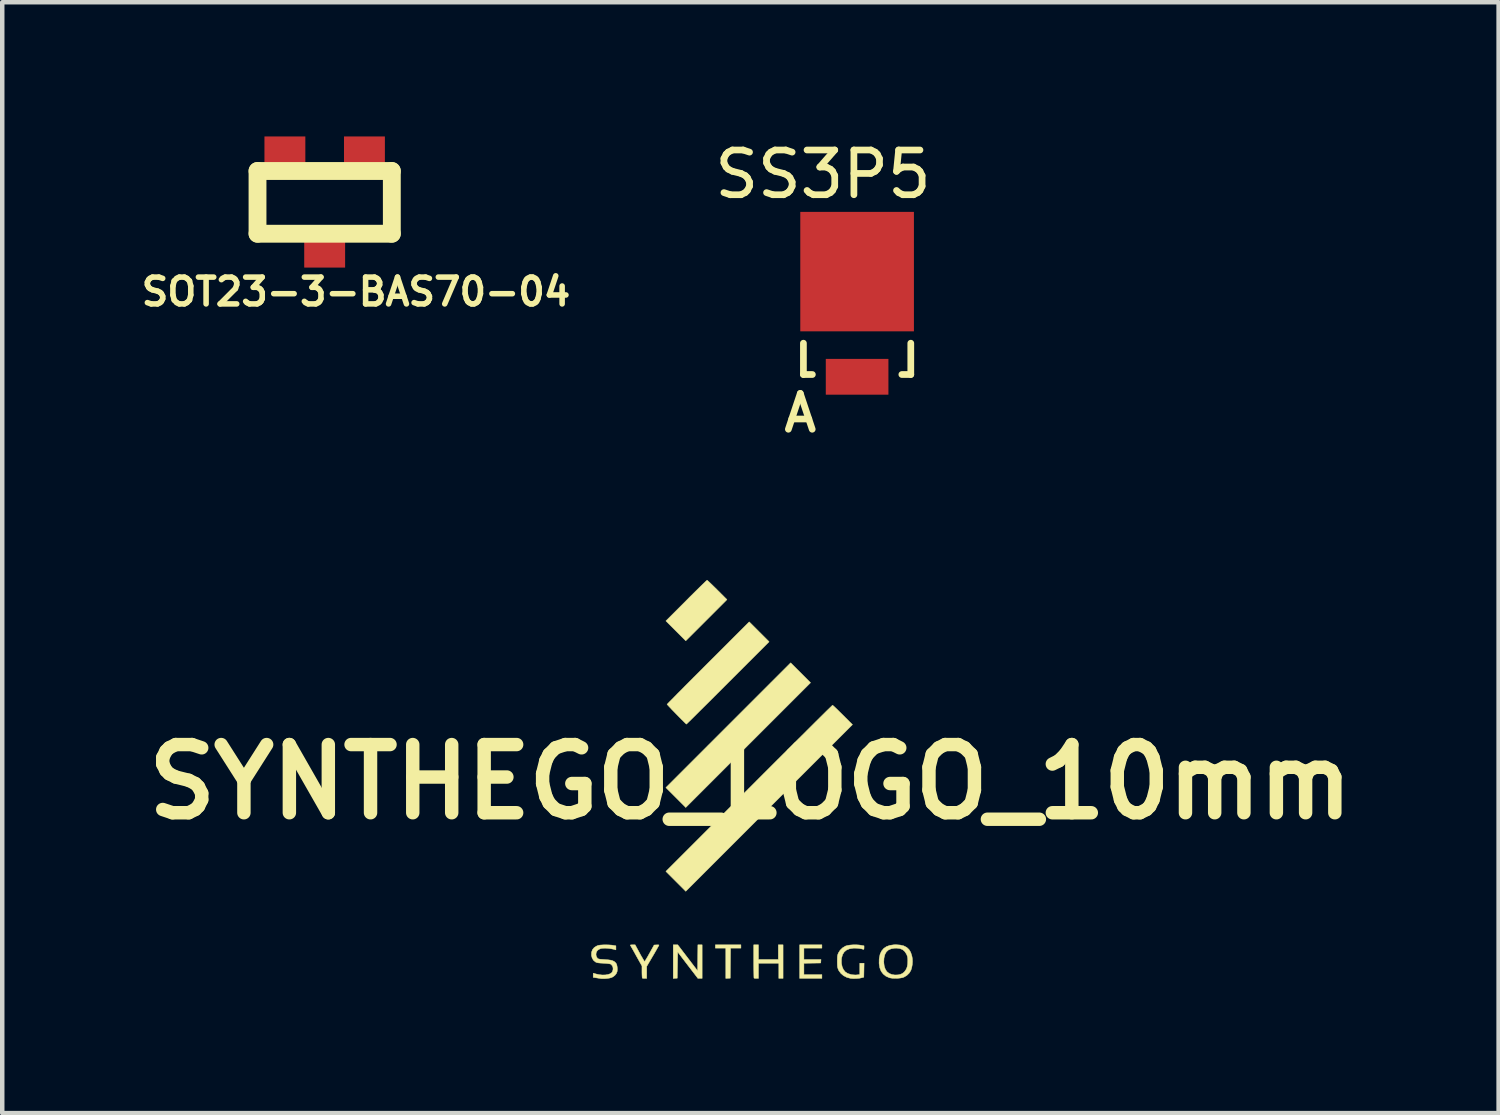
<source format=kicad_pcb>
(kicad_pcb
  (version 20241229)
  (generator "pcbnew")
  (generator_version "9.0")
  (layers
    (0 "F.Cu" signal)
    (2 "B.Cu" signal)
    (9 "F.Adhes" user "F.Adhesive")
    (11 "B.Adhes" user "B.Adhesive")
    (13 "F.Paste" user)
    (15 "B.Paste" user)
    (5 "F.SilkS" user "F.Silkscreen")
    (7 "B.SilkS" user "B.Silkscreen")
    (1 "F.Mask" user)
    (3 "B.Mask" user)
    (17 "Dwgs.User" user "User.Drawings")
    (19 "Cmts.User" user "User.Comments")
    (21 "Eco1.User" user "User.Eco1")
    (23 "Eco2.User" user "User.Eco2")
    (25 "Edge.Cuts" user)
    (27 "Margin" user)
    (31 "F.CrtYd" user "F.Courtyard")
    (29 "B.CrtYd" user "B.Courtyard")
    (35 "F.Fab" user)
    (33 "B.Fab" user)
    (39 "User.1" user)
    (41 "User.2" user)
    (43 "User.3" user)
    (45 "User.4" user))
  (footprint "SOT23-3-BAS70-04"
    (layer "F.Cu")
    (at 4.207 1.473)
    (property "Reference" "SOT23-3-BAS70-04" (at 0.701 1.999 0) (layer "F.SilkS") (effects (font (size 0.599 0.599) (thickness 0.124))))
    (attr through_hole)
    (fp_line (start -1.501 -0.701) (end 1.501 -0.701) (stroke (width 0.399) (type solid)) (layer "F.SilkS"))
    (fp_line (start -1.501 0.701) (end -1.501 -0.701) (stroke (width 0.399) (type solid)) (layer "F.SilkS"))
    (fp_line (start 1.501 -0.701) (end 1.501 0.701) (stroke (width 0.399) (type solid)) (layer "F.SilkS"))
    (fp_line (start 1.501 0.701) (end -1.501 0.701) (stroke (width 0.399) (type solid)) (layer "F.SilkS"))
    (pad "A1" smd rect (at 0.889 -1.016) (size 0.914 0.914) (layers "F.Cu" "F.Mask" "F.Paste"))
    (pad "COM" smd rect (at 0 1.001) (size 0.914 0.914) (layers "F.Cu" "F.Mask" "F.Paste"))
    (pad "K2" smd rect (at -0.889 -1.016) (size 0.914 0.914) (layers "F.Cu" "F.Mask" "F.Paste")))
  (footprint "SYNTHEGO_LOGO_10mm"
    (layer "F.Cu")
    (at 13.723 14.427)
    (property "Reference" "SYNTHEGO_LOGO_10mm" (at 0 0 0) (layer "F.SilkS") (effects (font (size 1.524 1.524) (thickness 0.3))))
    (attr through_hole)
    (fp_poly (pts (xy 1.344 -2.217) (xy -0.05 -0.823) (xy -1.445 0.572) (xy -1.667 0.349) (xy -1.889 0.127) (xy -0.495 -1.267) (xy 0.9 -2.662) (xy 1.344 -2.217)) (stroke (width 0.01) (type solid)) (fill yes) (layer "F.SilkS"))
    (fp_poly (pts (xy -0.212 3.715) (xy -0.444 3.715) (xy -0.45 4.387) (xy -0.5 4.39) (xy -0.55 4.393) (xy -0.55 3.715) (xy -0.783 3.715) (xy -0.783 3.641) (xy -0.212 3.641) (xy -0.212 3.715)) (stroke (width 0.01) (type solid)) (fill yes) (layer "F.SilkS"))
    (fp_poly (pts (xy 1.598 3.715) (xy 1.196 3.715) (xy 1.196 3.969) (xy 1.578 3.969) (xy 1.575 4.008) (xy 1.572 4.048) (xy 1.196 4.054) (xy 1.196 4.307) (xy 1.598 4.307) (xy 1.598 4.392) (xy 1.101 4.392) (xy 1.101 3.641) (xy 1.598 3.641) (xy 1.598 3.715)) (stroke (width 0.01) (type solid)) (fill yes) (layer "F.SilkS"))
    (fp_poly (pts (xy -1.079 4.392) (xy -1.173 4.392) (xy -1.399 4.097) (xy -1.625 3.801) (xy -1.63 4.094) (xy -1.635 4.387) (xy -1.68 4.39) (xy -1.725 4.393) (xy -1.725 3.641) (xy -1.675 3.641) (xy -1.625 3.641) (xy -1.402 3.933) (xy -1.18 4.224) (xy -1.174 3.641) (xy -1.079 3.641) (xy -1.079 4.392)) (stroke (width 0.01) (type solid)) (fill yes) (layer "F.SilkS"))
    (fp_poly (pts (xy -0.958 -4.501) (xy -0.936 -4.481) (xy -0.902 -4.449) (xy -0.859 -4.408) (xy -0.809 -4.359) (xy -0.754 -4.305) (xy -0.741 -4.292) (xy -0.524 -4.075) (xy -0.984 -3.614) (xy -1.445 -3.154) (xy -1.889 -3.598) (xy -1.434 -4.053) (xy -1.353 -4.135) (xy -1.276 -4.211) (xy -1.204 -4.282) (xy -1.14 -4.345) (xy -1.084 -4.4) (xy -1.037 -4.445) (xy -1.002 -4.479) (xy -0.978 -4.501) (xy -0.968 -4.508) (xy -0.968 -4.508) (xy -0.958 -4.501)) (stroke (width 0.01) (type solid)) (fill yes) (layer "F.SilkS"))
    (fp_poly (pts (xy 0.18 3.969) (xy 0.624 3.969) (xy 0.624 3.641) (xy 0.73 3.641) (xy 0.73 4.392) (xy 0.635 4.392) (xy 0.635 4.053) (xy 0.18 4.053) (xy 0.18 4.392) (xy 0.134 4.392) (xy 0.104 4.391) (xy 0.084 4.387) (xy 0.081 4.385) (xy 0.079 4.373) (xy 0.078 4.343) (xy 0.077 4.296) (xy 0.076 4.235) (xy 0.075 4.163) (xy 0.074 4.082) (xy 0.074 4.009) (xy 0.074 3.641) (xy 0.18 3.641) (xy 0.18 3.969)) (stroke (width 0.01) (type solid)) (fill yes) (layer "F.SilkS"))
    (fp_poly (pts (xy 1.846 -1.707) (xy 1.869 -1.687) (xy 1.903 -1.655) (xy 1.946 -1.614) (xy 1.995 -1.565) (xy 2.05 -1.511) (xy 2.064 -1.497) (xy 2.281 -1.28) (xy 0.418 0.582) (xy -1.445 2.445) (xy -1.889 2) (xy -0.032 0.143) (xy 0.134 -0.023) (xy 0.296 -0.185) (xy 0.453 -0.342) (xy 0.605 -0.494) (xy 0.752 -0.64) (xy 0.892 -0.779) (xy 1.025 -0.912) (xy 1.15 -1.036) (xy 1.266 -1.152) (xy 1.374 -1.259) (xy 1.472 -1.357) (xy 1.56 -1.444) (xy 1.637 -1.52) (xy 1.702 -1.585) (xy 1.756 -1.637) (xy 1.796 -1.676) (xy 1.823 -1.702) (xy 1.835 -1.714) (xy 1.836 -1.714) (xy 1.846 -1.707)) (stroke (width 0.01) (type solid)) (fill yes) (layer "F.SilkS"))
    (fp_poly (pts (xy 0.196 -3.355) (xy 0.418 -3.133) (xy -0.503 -2.212) (xy -0.619 -2.096) (xy -0.731 -1.984) (xy -0.838 -1.877) (xy -0.939 -1.776) (xy -1.033 -1.683) (xy -1.12 -1.597) (xy -1.197 -1.52) (xy -1.265 -1.452) (xy -1.323 -1.395) (xy -1.369 -1.35) (xy -1.403 -1.317) (xy -1.424 -1.297) (xy -1.43 -1.291) (xy -1.439 -1.298) (xy -1.461 -1.319) (xy -1.493 -1.351) (xy -1.535 -1.392) (xy -1.584 -1.442) (xy -1.637 -1.496) (xy -1.65 -1.509) (xy -1.704 -1.565) (xy -1.754 -1.616) (xy -1.796 -1.661) (xy -1.829 -1.696) (xy -1.852 -1.721) (xy -1.862 -1.733) (xy -1.863 -1.734) (xy -1.855 -1.742) (xy -1.834 -1.764) (xy -1.799 -1.8) (xy -1.752 -1.847) (xy -1.694 -1.906) (xy -1.626 -1.976) (xy -1.547 -2.054) (xy -1.461 -2.142) (xy -1.366 -2.237) (xy -1.265 -2.339) (xy -1.157 -2.446) (xy -1.045 -2.559) (xy -0.945 -2.659) (xy -0.026 -3.577) (xy 0.196 -3.355)) (stroke (width 0.01) (type solid)) (fill yes) (layer "F.SilkS"))
    (fp_poly (pts (xy -2.577 3.641) (xy -2.475 3.829) (xy -2.444 3.886) (xy -2.415 3.935) (xy -2.392 3.975) (xy -2.374 4.002) (xy -2.365 4.013) (xy -2.364 4.013) (xy -2.356 4.004) (xy -2.34 3.978) (xy -2.317 3.94) (xy -2.289 3.892) (xy -2.258 3.836) (xy -2.253 3.828) (xy -2.152 3.646) (xy -2.097 3.643) (xy -2.066 3.642) (xy -2.047 3.644) (xy -2.043 3.647) (xy -2.048 3.658) (xy -2.062 3.684) (xy -2.085 3.724) (xy -2.113 3.774) (xy -2.147 3.833) (xy -2.18 3.889) (xy -2.318 4.124) (xy -2.318 4.392) (xy -2.364 4.392) (xy -2.393 4.391) (xy -2.413 4.387) (xy -2.417 4.385) (xy -2.419 4.372) (xy -2.421 4.343) (xy -2.423 4.301) (xy -2.424 4.25) (xy -2.424 4.246) (xy -2.424 4.115) (xy -2.552 3.886) (xy -2.587 3.822) (xy -2.619 3.765) (xy -2.647 3.716) (xy -2.668 3.679) (xy -2.681 3.656) (xy -2.685 3.649) (xy -2.678 3.644) (xy -2.655 3.642) (xy -2.633 3.641) (xy -2.577 3.641)) (stroke (width 0.01) (type solid)) (fill yes) (layer "F.SilkS"))
    (fp_poly (pts (xy 2.427 3.645) (xy 2.467 3.651) (xy 2.54 3.664) (xy 2.54 3.706) (xy 2.538 3.734) (xy 2.532 3.744) (xy 2.525 3.743) (xy 2.482 3.731) (xy 2.426 3.722) (xy 2.365 3.717) (xy 2.307 3.716) (xy 2.298 3.717) (xy 2.217 3.73) (xy 2.15 3.757) (xy 2.098 3.8) (xy 2.061 3.858) (xy 2.04 3.93) (xy 2.035 3.965) (xy 2.035 4.052) (xy 2.05 4.129) (xy 2.078 4.194) (xy 2.119 4.246) (xy 2.172 4.281) (xy 2.172 4.281) (xy 2.259 4.309) (xy 2.348 4.316) (xy 2.387 4.313) (xy 2.445 4.306) (xy 2.445 4.053) (xy 2.541 4.053) (xy 2.538 4.209) (xy 2.535 4.365) (xy 2.492 4.377) (xy 2.436 4.389) (xy 2.368 4.395) (xy 2.3 4.396) (xy 2.241 4.392) (xy 2.157 4.37) (xy 2.083 4.332) (xy 2.022 4.28) (xy 1.976 4.217) (xy 1.967 4.199) (xy 1.957 4.172) (xy 1.949 4.146) (xy 1.945 4.116) (xy 1.943 4.075) (xy 1.942 4.019) (xy 1.942 4.011) (xy 1.943 3.953) (xy 1.944 3.911) (xy 1.948 3.88) (xy 1.955 3.854) (xy 1.965 3.828) (xy 1.967 3.823) (xy 2.006 3.762) (xy 2.06 3.709) (xy 2.126 3.669) (xy 2.126 3.669) (xy 2.168 3.657) (xy 2.226 3.647) (xy 2.292 3.642) (xy 2.361 3.641) (xy 2.427 3.645)) (stroke (width 0.01) (type solid)) (fill yes) (layer "F.SilkS"))
    (fp_poly (pts (xy 3.346 3.646) (xy 3.428 3.665) (xy 3.494 3.699) (xy 3.545 3.747) (xy 3.583 3.81) (xy 3.609 3.89) (xy 3.619 3.945) (xy 3.623 4.012) (xy 3.618 4.085) (xy 3.605 4.155) (xy 3.587 4.212) (xy 3.55 4.273) (xy 3.498 4.324) (xy 3.435 4.362) (xy 3.4 4.375) (xy 3.35 4.384) (xy 3.29 4.39) (xy 3.226 4.391) (xy 3.166 4.388) (xy 3.117 4.38) (xy 3.106 4.377) (xy 3.03 4.343) (xy 2.969 4.294) (xy 2.922 4.232) (xy 2.892 4.155) (xy 2.877 4.066) (xy 2.877 4.032) (xy 2.981 4.032) (xy 2.991 4.114) (xy 3.014 4.184) (xy 3.049 4.24) (xy 3.052 4.242) (xy 3.1 4.28) (xy 3.161 4.305) (xy 3.23 4.316) (xy 3.303 4.313) (xy 3.352 4.302) (xy 3.396 4.283) (xy 3.434 4.254) (xy 3.448 4.238) (xy 3.481 4.191) (xy 3.503 4.138) (xy 3.515 4.072) (xy 3.518 3.993) (xy 3.516 3.943) (xy 3.51 3.906) (xy 3.499 3.873) (xy 3.486 3.844) (xy 3.449 3.789) (xy 3.403 3.749) (xy 3.344 3.725) (xy 3.271 3.716) (xy 3.222 3.717) (xy 3.146 3.73) (xy 3.085 3.757) (xy 3.038 3.8) (xy 3.006 3.858) (xy 2.987 3.933) (xy 2.986 3.942) (xy 2.981 4.032) (xy 2.877 4.032) (xy 2.878 3.964) (xy 2.881 3.939) (xy 2.899 3.851) (xy 2.933 3.779) (xy 2.981 3.722) (xy 3.043 3.68) (xy 3.121 3.653) (xy 3.214 3.64) (xy 3.249 3.639) (xy 3.346 3.646)) (stroke (width 0.01) (type solid)) (fill yes) (layer "F.SilkS"))
    (fp_poly (pts (xy -3.157 3.644) (xy -3.105 3.648) (xy -3.081 3.651) (xy -3.006 3.664) (xy -3.006 3.755) (xy -3.061 3.74) (xy -3.115 3.729) (xy -3.177 3.721) (xy -3.239 3.717) (xy -3.296 3.718) (xy -3.339 3.724) (xy -3.343 3.725) (xy -3.38 3.74) (xy -3.413 3.762) (xy -3.42 3.768) (xy -3.443 3.805) (xy -3.452 3.85) (xy -3.446 3.896) (xy -3.425 3.933) (xy -3.414 3.945) (xy -3.403 3.953) (xy -3.386 3.959) (xy -3.36 3.963) (xy -3.322 3.966) (xy -3.267 3.97) (xy -3.255 3.971) (xy -3.179 3.977) (xy -3.121 3.985) (xy -3.077 3.998) (xy -3.043 4.015) (xy -3.016 4.039) (xy -3.002 4.056) (xy -2.987 4.088) (xy -2.978 4.134) (xy -2.974 4.185) (xy -2.978 4.234) (xy -2.979 4.239) (xy -2.996 4.282) (xy -3.029 4.324) (xy -3.072 4.357) (xy -3.11 4.375) (xy -3.153 4.386) (xy -3.208 4.394) (xy -3.266 4.398) (xy -3.317 4.398) (xy -3.339 4.396) (xy -3.366 4.392) (xy -3.405 4.386) (xy -3.442 4.38) (xy -3.514 4.369) (xy -3.514 4.322) (xy -3.513 4.294) (xy -3.512 4.278) (xy -3.511 4.276) (xy -3.5 4.279) (xy -3.476 4.286) (xy -3.456 4.292) (xy -3.384 4.308) (xy -3.312 4.316) (xy -3.244 4.315) (xy -3.183 4.305) (xy -3.133 4.288) (xy -3.098 4.262) (xy -3.09 4.251) (xy -3.072 4.205) (xy -3.07 4.158) (xy -3.084 4.114) (xy -3.113 4.08) (xy -3.125 4.072) (xy -3.145 4.067) (xy -3.181 4.062) (xy -3.228 4.057) (xy -3.283 4.054) (xy -3.287 4.053) (xy -3.348 4.05) (xy -3.392 4.046) (xy -3.424 4.041) (xy -3.447 4.033) (xy -3.461 4.026) (xy -3.507 3.988) (xy -3.538 3.936) (xy -3.553 3.875) (xy -3.551 3.81) (xy -3.531 3.752) (xy -3.493 3.705) (xy -3.445 3.673) (xy -3.417 3.66) (xy -3.389 3.652) (xy -3.354 3.647) (xy -3.307 3.644) (xy -3.274 3.642) (xy -3.216 3.642) (xy -3.157 3.644)) (stroke (width 0.01) (type solid)) (fill yes) (layer "F.SilkS")))
  (footprint "SS3P5"
    (layer "F.Cu")
    (at 16.108 3.751)
    (property "Reference" "SS3P5" (at -0.762 -2.903 0) (layer "F.SilkS") (effects (font (size 1 1) (thickness 0.15))))
    (attr smd)
    (fp_line (start -1.2 0.87) (end -1.2 1.57) (stroke (width 0.15) (type solid)) (layer "F.SilkS"))
    (fp_line (start -1.2 1.57) (end -1 1.57) (stroke (width 0.15) (type solid)) (layer "F.SilkS"))
    (fp_line (start 1.2 0.87) (end 1.2 1.57) (stroke (width 0.15) (type solid)) (layer "F.SilkS"))
    (fp_line (start 1.2 1.57) (end 1 1.57) (stroke (width 0.15) (type solid)) (layer "F.SilkS"))
    (fp_text user "A" (at -1.27 2.431 0) (layer "F.SilkS") (effects (font (size 0.8 0.8) (thickness 0.15))))
    (pad "1" smd rect (at 0 -0.73 270) (size 2.67 2.54) (layers "F.Cu" "F.Mask" "F.Paste"))
    (pad "2" smd rect (at 0 1.621 270) (size 0.8 1.4) (layers "F.Cu" "F.Mask" "F.Paste")))
  (gr_rect
    (start -3 -3)
    (end 30.447 21.83)
    (stroke (width 0.1) (type default))
    (fill no)
    (layer "Edge.Cuts")))
</source>
